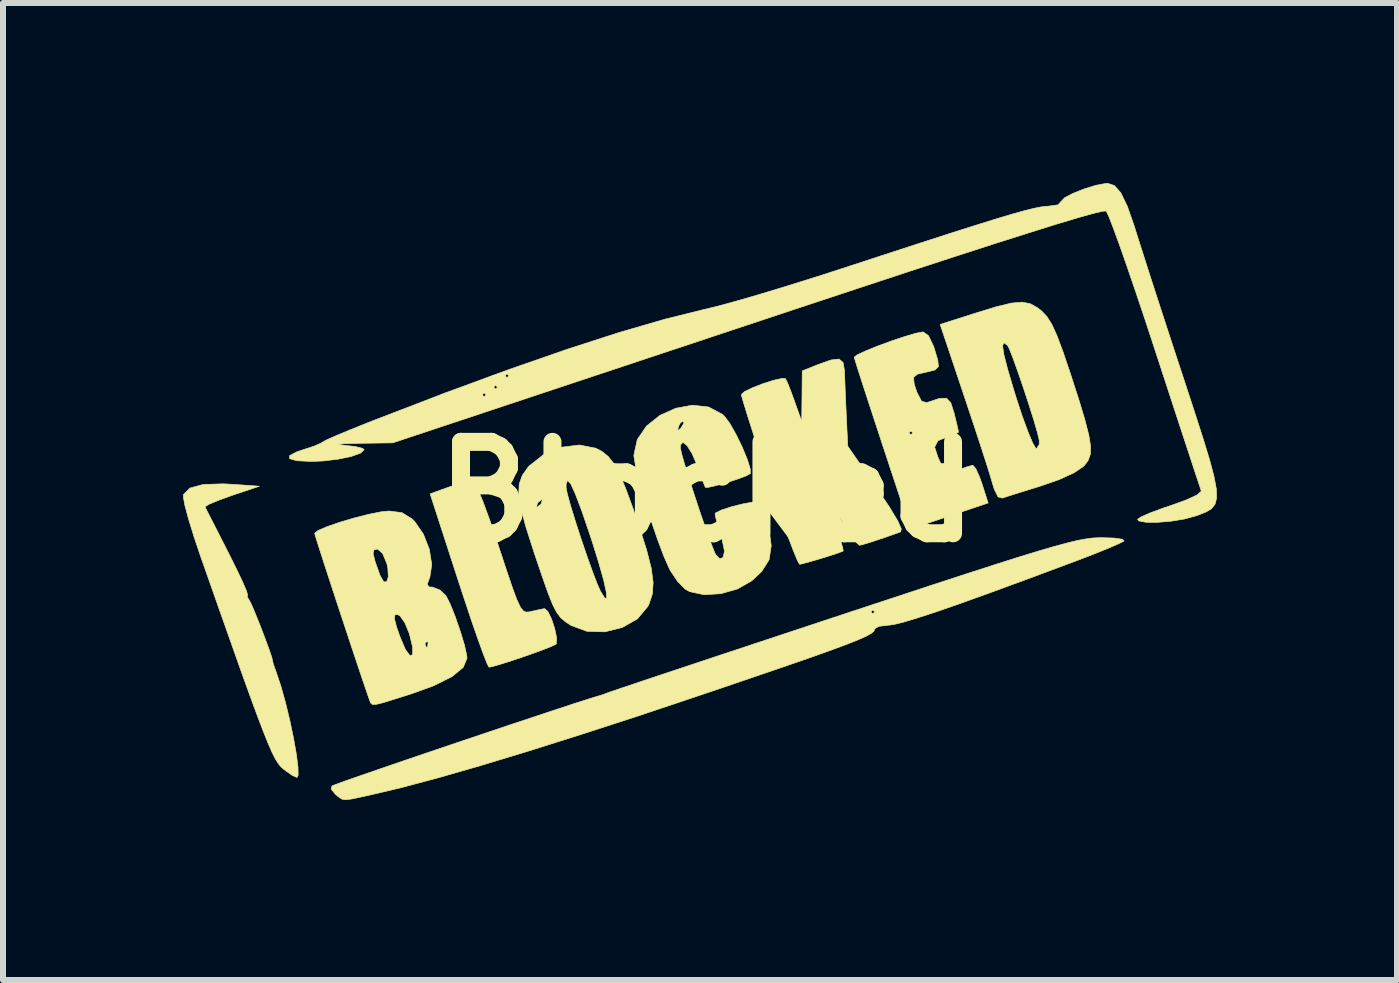
<source format=kicad_pcb>
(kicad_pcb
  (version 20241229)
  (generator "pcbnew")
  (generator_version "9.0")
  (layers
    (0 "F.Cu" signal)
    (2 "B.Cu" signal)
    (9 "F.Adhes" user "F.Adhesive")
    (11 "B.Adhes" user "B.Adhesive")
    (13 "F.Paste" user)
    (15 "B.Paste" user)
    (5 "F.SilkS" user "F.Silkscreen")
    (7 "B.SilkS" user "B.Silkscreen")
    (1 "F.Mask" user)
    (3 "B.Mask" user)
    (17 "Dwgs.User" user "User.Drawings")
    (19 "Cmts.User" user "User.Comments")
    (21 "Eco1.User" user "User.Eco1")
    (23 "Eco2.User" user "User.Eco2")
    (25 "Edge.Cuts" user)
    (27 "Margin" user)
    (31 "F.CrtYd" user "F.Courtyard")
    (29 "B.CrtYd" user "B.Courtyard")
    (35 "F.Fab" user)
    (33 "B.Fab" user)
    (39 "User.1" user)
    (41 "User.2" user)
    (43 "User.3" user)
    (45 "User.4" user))
  (footprint "Blocked"
    (layer "F.Cu")
    (at 8.734 5.149)
    (property "Reference" "Blocked" (at 0 0 0) (layer "F.SilkS") (effects (font (size 1.524 1.524) (thickness 0.3))))
    (attr through_hole)
    (fp_poly (pts (xy -3.884 -0.152) (xy -3.819 -0.04) (xy -3.734 0.161) (xy -3.624 0.462) (xy -3.485 0.873) (xy -3.469 0.921) (xy -3.34 1.312) (xy -3.243 1.597) (xy -3.17 1.794) (xy -3.113 1.916) (xy -3.064 1.981) (xy -3.016 2.003) (xy -2.961 1.999) (xy -2.933 1.992) (xy -2.787 1.96) (xy -2.707 1.944) (xy -2.652 1.993) (xy -2.59 2.121) (xy -2.537 2.284) (xy -2.506 2.436) (xy -2.512 2.531) (xy -2.517 2.538) (xy -2.596 2.576) (xy -2.76 2.64) (xy -2.976 2.718) (xy -3.207 2.797) (xy -3.418 2.865) (xy -3.574 2.91) (xy -3.634 2.921) (xy -3.665 2.863) (xy -3.729 2.701) (xy -3.819 2.451) (xy -3.931 2.129) (xy -4.056 1.753) (xy -4.147 1.476) (xy -4.615 0.032) (xy -4.323 -0.074) (xy -4.131 -0.138) (xy -3.977 -0.179) (xy -3.933 -0.186) (xy -3.884 -0.152)) (stroke (width 0.01) (type solid)) (fill yes) (layer "F.SilkS"))
    (fp_poly (pts (xy 5.389 -3.137) (xy 5.511 -3.068) (xy 5.577 -3.016) (xy 5.664 -2.925) (xy 5.746 -2.795) (xy 5.833 -2.604) (xy 5.935 -2.331) (xy 6.057 -1.97) (xy 6.199 -1.531) (xy 6.3 -1.195) (xy 6.364 -0.944) (xy 6.393 -0.76) (xy 6.389 -0.628) (xy 6.354 -0.528) (xy 6.292 -0.444) (xy 6.272 -0.424) (xy 6.119 -0.32) (xy 5.872 -0.207) (xy 5.565 -0.1) (xy 5.31 -0.021) (xy 5.095 0.046) (xy 4.954 0.092) (xy 4.925 0.103) (xy 4.851 0.083) (xy 4.787 -0.046) (xy 4.762 -0.127) (xy 4.72 -0.27) (xy 4.645 -0.509) (xy 4.544 -0.821) (xy 4.425 -1.182) (xy 4.296 -1.568) (xy 4.288 -1.592) (xy 4.004 -2.439) (xy 4.926 -2.439) (xy 4.947 -2.293) (xy 5.011 -2.043) (xy 5.118 -1.682) (xy 5.155 -1.563) (xy 5.256 -1.256) (xy 5.35 -1.001) (xy 5.427 -0.817) (xy 5.48 -0.726) (xy 5.492 -0.721) (xy 5.537 -0.793) (xy 5.537 -0.864) (xy 5.506 -0.992) (xy 5.446 -1.199) (xy 5.365 -1.454) (xy 5.275 -1.729) (xy 5.184 -1.994) (xy 5.103 -2.221) (xy 5.04 -2.381) (xy 5.01 -2.441) (xy 4.948 -2.486) (xy 4.926 -2.439) (xy 4.004 -2.439) (xy 3.885 -2.792) (xy 4.483 -2.983) (xy 4.823 -3.087) (xy 5.07 -3.147) (xy 5.25 -3.163) (xy 5.389 -3.137)) (stroke (width 0.01) (type solid)) (fill yes) (layer "F.SilkS"))
    (fp_poly (pts (xy -7.906 -0.127) (xy -7.461 -0.095) (xy -7.923 0.06) (xy -8.139 0.138) (xy -8.296 0.204) (xy -8.366 0.246) (xy -8.366 0.251) (xy -8.332 0.318) (xy -8.252 0.475) (xy -8.137 0.7) (xy -8 0.969) (xy -7.984 1) (xy -7.85 1.269) (xy -7.744 1.491) (xy -7.677 1.647) (xy -7.657 1.713) (xy -7.659 1.714) (xy -7.662 1.753) (xy -7.635 1.794) (xy -7.595 1.871) (xy -7.529 2.026) (xy -7.449 2.225) (xy -7.368 2.437) (xy -7.297 2.629) (xy -7.25 2.77) (xy -7.239 2.826) (xy -7.239 2.826) (xy -7.226 2.877) (xy -7.181 3.001) (xy -7.181 3.002) (xy -7.103 3.235) (xy -7.025 3.513) (xy -6.953 3.812) (xy -6.891 4.108) (xy -6.844 4.375) (xy -6.817 4.589) (xy -6.815 4.724) (xy -6.835 4.76) (xy -6.917 4.722) (xy -7.045 4.631) (xy -7.063 4.616) (xy -7.106 4.577) (xy -7.148 4.525) (xy -7.194 4.451) (xy -7.248 4.345) (xy -7.313 4.197) (xy -7.393 3.998) (xy -7.492 3.738) (xy -7.614 3.408) (xy -7.762 2.997) (xy -7.939 2.497) (xy -8.151 1.897) (xy -8.4 1.189) (xy -8.441 1.073) (xy -8.551 0.746) (xy -8.64 0.457) (xy -8.702 0.227) (xy -8.729 0.081) (xy -8.728 0.046) (xy -8.62 -0.064) (xy -8.4 -0.124) (xy -8.065 -0.135) (xy -7.906 -0.127)) (stroke (width 0.01) (type solid)) (fill yes) (layer "F.SilkS"))
    (fp_poly (pts (xy 3.691 -2.605) (xy 3.779 -2.422) (xy 3.847 -2.192) (xy 3.857 -2.088) (xy 3.798 -2.032) (xy 3.657 -1.997) (xy 3.505 -1.962) (xy 3.442 -1.908) (xy 3.453 -1.798) (xy 3.5 -1.657) (xy 3.576 -1.512) (xy 3.663 -1.488) (xy 3.665 -1.489) (xy 3.87 -1.558) (xy 3.992 -1.562) (xy 4.063 -1.486) (xy 4.117 -1.318) (xy 4.119 -1.31) (xy 4.162 -1.134) (xy 4.188 -1.017) (xy 4.191 -0.995) (xy 4.137 -0.961) (xy 4.017 -0.923) (xy 3.848 -0.853) (xy 3.794 -0.747) (xy 3.847 -0.583) (xy 3.849 -0.58) (xy 3.913 -0.434) (xy 3.937 -0.337) (xy 3.97 -0.298) (xy 4.084 -0.324) (xy 4.157 -0.352) (xy 4.315 -0.413) (xy 4.421 -0.443) (xy 4.431 -0.445) (xy 4.479 -0.389) (xy 4.543 -0.248) (xy 4.585 -0.13) (xy 4.685 0.184) (xy 4.037 0.401) (xy 3.389 0.618) (xy 2.925 -0.786) (xy 2.86 -0.984) (xy 3.365 -0.984) (xy 3.397 -0.953) (xy 3.429 -0.984) (xy 3.397 -1.016) (xy 3.365 -0.984) (xy 2.86 -0.984) (xy 2.793 -1.187) (xy 2.675 -1.548) (xy 2.576 -1.852) (xy 2.503 -2.08) (xy 2.461 -2.216) (xy 2.453 -2.246) (xy 2.505 -2.286) (xy 2.647 -2.352) (xy 2.847 -2.433) (xy 3.073 -2.516) (xy 3.295 -2.59) (xy 3.481 -2.645) (xy 3.598 -2.667) (xy 3.602 -2.667) (xy 3.691 -2.605)) (stroke (width 0.01) (type solid)) (fill yes) (layer "F.SilkS"))
    (fp_poly (pts (xy 2.268 -2.157) (xy 2.291 -2.02) (xy 2.292 -1.984) (xy 2.299 -1.801) (xy 2.309 -1.545) (xy 2.322 -1.269) (xy 2.322 -1.254) (xy 2.346 -0.762) (xy 2.829 -0.063) (xy 3.043 0.256) (xy 3.179 0.482) (xy 3.238 0.617) (xy 3.227 0.666) (xy 2.961 0.76) (xy 2.738 0.834) (xy 2.587 0.88) (xy 2.54 0.889) (xy 2.485 0.839) (xy 2.388 0.708) (xy 2.281 0.542) (xy 2.171 0.366) (xy 2.088 0.248) (xy 2.051 0.214) (xy 2.06 0.279) (xy 2.102 0.429) (xy 2.159 0.603) (xy 2.223 0.798) (xy 2.263 0.936) (xy 2.27 0.985) (xy 2.196 1.014) (xy 2.045 1.064) (xy 1.86 1.121) (xy 1.685 1.172) (xy 1.566 1.203) (xy 1.543 1.206) (xy 1.509 1.149) (xy 1.442 0.987) (xy 1.348 0.739) (xy 1.345 0.73) (xy 1.524 0.73) (xy 1.556 0.762) (xy 1.587 0.73) (xy 1.556 0.699) (xy 1.524 0.73) (xy 1.345 0.73) (xy 1.234 0.42) (xy 1.122 0.095) (xy 1.968 0.095) (xy 2 0.127) (xy 2.032 0.095) (xy 2 0.064) (xy 1.968 0.095) (xy 1.122 0.095) (xy 1.106 0.048) (xy 1.031 -0.176) (xy 0.899 -0.574) (xy 0.783 -0.934) (xy 0.686 -1.236) (xy 0.616 -1.463) (xy 0.577 -1.597) (xy 0.572 -1.625) (xy 0.626 -1.673) (xy 0.763 -1.739) (xy 0.94 -1.807) (xy 1.118 -1.863) (xy 1.255 -1.893) (xy 1.308 -1.888) (xy 1.342 -1.819) (xy 1.402 -1.666) (xy 1.456 -1.518) (xy 1.578 -1.175) (xy 1.583 -1.596) (xy 1.587 -2.018) (xy 1.843 -2.12) (xy 2.067 -2.2) (xy 2.201 -2.215) (xy 2.268 -2.157)) (stroke (width 0.01) (type solid)) (fill yes) (layer "F.SilkS"))
    (fp_poly (pts (xy 0.028 -1.415) (xy 0.258 -1.292) (xy 0.291 -1.261) (xy 0.381 -1.141) (xy 0.484 -0.958) (xy 0.586 -0.749) (xy 0.67 -0.546) (xy 0.72 -0.386) (xy 0.723 -0.306) (xy 0.656 -0.269) (xy 0.511 -0.215) (xy 0.329 -0.156) (xy 0.152 -0.106) (xy 0.019 -0.076) (xy -0.028 -0.076) (xy -0.055 -0.141) (xy -0.111 -0.291) (xy -0.164 -0.44) (xy -0.248 -0.637) (xy -0.332 -0.771) (xy -0.401 -0.826) (xy -0.44 -0.786) (xy -0.445 -0.737) (xy -0.425 -0.642) (xy -0.372 -0.456) (xy -0.294 -0.206) (xy -0.202 0.079) (xy -0.105 0.372) (xy -0.01 0.644) (xy 0.071 0.868) (xy 0.13 1.015) (xy 0.141 1.039) (xy 0.213 1.115) (xy 0.267 1.092) (xy 0.291 0.988) (xy 0.249 0.784) (xy 0.223 0.7) (xy 0.166 0.516) (xy 0.137 0.389) (xy 0.136 0.354) (xy 0.239 0.302) (xy 0.407 0.247) (xy 0.599 0.199) (xy 0.772 0.168) (xy 0.881 0.165) (xy 0.896 0.172) (xy 0.94 0.262) (xy 0.993 0.435) (xy 1.03 0.59) (xy 1.07 0.896) (xy 1.035 1.13) (xy 0.911 1.327) (xy 0.745 1.482) (xy 0.509 1.617) (xy 0.23 1.696) (xy -0.049 1.713) (xy -0.287 1.663) (xy -0.366 1.619) (xy -0.489 1.494) (xy -0.608 1.317) (xy -0.627 1.282) (xy -0.72 1.071) (xy -0.825 0.791) (xy -0.935 0.471) (xy -1.038 0.143) (xy -1.126 -0.165) (xy -1.19 -0.42) (xy -1.218 -0.594) (xy -1.219 -0.615) (xy -1.162 -0.874) (xy -1.059 -1.024) (xy -0.492 -1.024) (xy -0.445 -1.054) (xy -0.437 -1.063) (xy -0.386 -1.146) (xy -0.393 -1.176) (xy -0.441 -1.157) (xy -0.472 -1.098) (xy -0.492 -1.024) (xy -1.059 -1.024) (xy -1.009 -1.098) (xy -0.786 -1.276) (xy -0.521 -1.395) (xy -0.241 -1.446) (xy 0.028 -1.415)) (stroke (width 0.01) (type solid)) (fill yes) (layer "F.SilkS"))
    (fp_poly (pts (xy -1.854 -0.729) (xy -1.752 -0.676) (xy -1.648 -0.592) (xy -1.554 -0.474) (xy -1.46 -0.302) (xy -1.356 -0.058) (xy -1.233 0.276) (xy -1.134 0.568) (xy -1.007 0.967) (xy -0.929 1.274) (xy -0.898 1.511) (xy -0.911 1.701) (xy -0.966 1.867) (xy -0.986 1.908) (xy -1.159 2.115) (xy -1.411 2.259) (xy -1.704 2.332) (xy -2.002 2.323) (xy -2.266 2.226) (xy -2.361 2.164) (xy -2.438 2.098) (xy -2.505 2.009) (xy -2.573 1.878) (xy -2.65 1.685) (xy -2.746 1.412) (xy -2.872 1.04) (xy -2.89 0.987) (xy -3.019 0.583) (xy -3.102 0.276) (xy -3.106 0.25) (xy -2.842 0.25) (xy -2.833 0.254) (xy -2.775 0.209) (xy -2.762 0.191) (xy -2.746 0.131) (xy -2.755 0.127) (xy -2.813 0.172) (xy -2.826 0.191) (xy -2.842 0.25) (xy -3.106 0.25) (xy -3.13 0.095) (xy -2.667 0.095) (xy -2.635 0.127) (xy -2.603 0.095) (xy -2.635 0.064) (xy -2.667 0.095) (xy -3.13 0.095) (xy -3.138 0.044) (xy -3.135 -0.032) (xy -2.54 -0.032) (xy -2.508 0) (xy -2.477 -0.032) (xy -2.508 -0.064) (xy -2.54 -0.032) (xy -3.135 -0.032) (xy -3.133 -0.076) (xy -2.349 -0.076) (xy -2.329 0.03) (xy -2.275 0.226) (xy -2.196 0.483) (xy -2.102 0.772) (xy -2.003 1.064) (xy -1.908 1.329) (xy -1.828 1.539) (xy -1.775 1.656) (xy -1.704 1.77) (xy -1.672 1.772) (xy -1.679 1.67) (xy -1.722 1.474) (xy -1.801 1.192) (xy -1.913 0.832) (xy -1.946 0.731) (xy -2.085 0.323) (xy -2.194 0.035) (xy -2.272 -0.135) (xy -2.323 -0.192) (xy -2.347 -0.136) (xy -2.349 -0.076) (xy -3.133 -0.076) (xy -3.13 -0.134) (xy -3.078 -0.278) (xy -2.984 -0.41) (xy -2.962 -0.435) (xy -2.718 -0.627) (xy -2.428 -0.745) (xy -2.128 -0.782) (xy -1.854 -0.729)) (stroke (width 0.01) (type solid)) (fill yes) (layer "F.SilkS"))
    (fp_poly (pts (xy -5.083 0.346) (xy -4.917 0.449) (xy -4.873 0.492) (xy -4.727 0.703) (xy -4.628 0.958) (xy -4.588 1.212) (xy -4.619 1.419) (xy -4.622 1.425) (xy -4.664 1.541) (xy -4.633 1.583) (xy -4.574 1.587) (xy -4.449 1.636) (xy -4.351 1.73) (xy -4.282 1.865) (xy -4.198 2.075) (xy -4.114 2.317) (xy -4.044 2.548) (xy -4.005 2.724) (xy -4 2.772) (xy -4.063 2.924) (xy -4.25 3.078) (xy -4.557 3.231) (xy -4.913 3.36) (xy -5.206 3.453) (xy -5.399 3.513) (xy -5.515 3.541) (xy -5.576 3.543) (xy -5.604 3.521) (xy -5.621 3.48) (xy -5.622 3.477) (xy -5.665 3.355) (xy -5.737 3.144) (xy -5.83 2.866) (xy -5.939 2.54) (xy -6.055 2.188) (xy -6.082 2.107) (xy -5.211 2.107) (xy -5.177 2.241) (xy -5.12 2.408) (xy -5.026 2.628) (xy -4.951 2.729) (xy -4.907 2.714) (xy -4.907 2.587) (xy -4.918 2.54) (xy -4.699 2.54) (xy -4.676 2.592) (xy -4.657 2.582) (xy -4.649 2.507) (xy -4.657 2.498) (xy -4.694 2.506) (xy -4.699 2.54) (xy -4.918 2.54) (xy -4.96 2.367) (xy -5.035 2.183) (xy -5.117 2.066) (xy -5.154 2.045) (xy -5.203 2.05) (xy -5.211 2.107) (xy -6.082 2.107) (xy -6.173 1.831) (xy -6.285 1.489) (xy -6.385 1.183) (xy -6.434 1.03) (xy -5.565 1.03) (xy -5.532 1.161) (xy -5.452 1.386) (xy -5.45 1.391) (xy -5.389 1.498) (xy -5.34 1.499) (xy -5.312 1.416) (xy -5.32 1.27) (xy -5.338 1.189) (xy -5.407 1.026) (xy -5.489 0.954) (xy -5.5 0.953) (xy -5.553 0.968) (xy -5.565 1.03) (xy -6.434 1.03) (xy -6.465 0.934) (xy -6.519 0.763) (xy -6.54 0.69) (xy -6.54 0.69) (xy -6.484 0.643) (xy -6.334 0.579) (xy -6.123 0.506) (xy -5.881 0.434) (xy -5.64 0.373) (xy -5.431 0.331) (xy -5.298 0.318) (xy -5.083 0.346)) (stroke (width 0.01) (type solid)) (fill yes) (layer "F.SilkS"))
    (fp_poly (pts (xy 6.791 0.769) (xy 6.924 0.789) (xy 6.951 0.818) (xy 6.95 0.818) (xy 6.871 0.859) (xy 6.697 0.935) (xy 6.449 1.035) (xy 6.151 1.15) (xy 6.032 1.194) (xy 5.323 1.458) (xy 4.723 1.678) (xy 4.226 1.857) (xy 3.824 1.997) (xy 3.508 2.1) (xy 3.272 2.171) (xy 3.106 2.211) (xy 3.009 2.223) (xy 2.865 2.24) (xy 2.795 2.281) (xy 2.794 2.288) (xy 2.782 2.319) (xy 2.741 2.355) (xy 2.661 2.401) (xy 2.532 2.459) (xy 2.344 2.534) (xy 2.089 2.629) (xy 1.756 2.748) (xy 1.335 2.894) (xy 0.818 3.071) (xy 0.194 3.284) (xy -0.13 3.393) (xy -1.154 3.736) (xy -2.11 4.046) (xy -2.988 4.323) (xy -3.78 4.563) (xy -4.478 4.764) (xy -5.074 4.923) (xy -5.476 5.019) (xy -5.745 5.08) (xy -5.917 5.117) (xy -6.02 5.13) (xy -6.081 5.122) (xy -6.128 5.093) (xy -6.188 5.046) (xy -6.264 4.954) (xy -6.251 4.9) (xy -6.184 4.873) (xy -6.013 4.811) (xy -5.754 4.721) (xy -5.424 4.607) (xy -5.039 4.475) (xy -4.616 4.331) (xy -4.17 4.18) (xy -3.718 4.028) (xy -3.278 3.88) (xy -2.864 3.743) (xy -2.494 3.62) (xy -2.184 3.518) (xy -1.95 3.443) (xy -1.809 3.4) (xy -1.778 3.392) (xy -1.698 3.365) (xy -1.651 3.346) (xy -1.575 3.32) (xy -1.39 3.257) (xy -1.104 3.161) (xy -0.73 3.036) (xy -0.276 2.885) (xy 0.246 2.711) (xy 0.825 2.519) (xy 1.453 2.311) (xy 2.117 2.091) (xy 2.29 2.034) (xy 2.392 2) (xy 2.731 2) (xy 2.762 2.032) (xy 2.794 2) (xy 2.762 1.968) (xy 2.731 2) (xy 2.392 2) (xy 3.074 1.775) (xy 3.747 1.553) (xy 4.32 1.366) (xy 4.801 1.211) (xy 5.2 1.084) (xy 5.528 0.984) (xy 5.794 0.906) (xy 6.007 0.849) (xy 6.177 0.808) (xy 6.314 0.783) (xy 6.428 0.768) (xy 6.528 0.763) (xy 6.573 0.762) (xy 6.791 0.769)) (stroke (width 0.01) (type solid)) (fill yes) (layer "F.SilkS"))
    (fp_poly (pts (xy 6.792 -5.105) (xy 6.898 -4.983) (xy 7.005 -4.762) (xy 7.121 -4.43) (xy 7.136 -4.381) (xy 7.198 -4.184) (xy 7.293 -3.887) (xy 7.414 -3.509) (xy 7.556 -3.071) (xy 7.712 -2.593) (xy 7.875 -2.096) (xy 7.934 -1.917) (xy 8.119 -1.353) (xy 8.266 -0.897) (xy 8.376 -0.536) (xy 8.45 -0.258) (xy 8.489 -0.05) (xy 8.494 0.1) (xy 8.467 0.205) (xy 8.409 0.279) (xy 8.32 0.333) (xy 8.202 0.38) (xy 8.139 0.402) (xy 7.949 0.453) (xy 7.727 0.489) (xy 7.505 0.507) (xy 7.318 0.506) (xy 7.199 0.484) (xy 7.176 0.458) (xy 7.232 0.417) (xy 7.382 0.351) (xy 7.6 0.27) (xy 7.72 0.23) (xy 7.989 0.133) (xy 8.166 0.051) (xy 8.236 -0.011) (xy 8.236 -0.021) (xy 8.211 -0.097) (xy 8.15 -0.279) (xy 8.06 -0.554) (xy 7.943 -0.909) (xy 7.805 -1.33) (xy 7.651 -1.802) (xy 7.484 -2.312) (xy 7.469 -2.358) (xy 7.301 -2.87) (xy 7.141 -3.346) (xy 6.996 -3.77) (xy 6.87 -4.129) (xy 6.767 -4.41) (xy 6.694 -4.598) (xy 6.653 -4.681) (xy 6.652 -4.682) (xy 6.59 -4.678) (xy 6.435 -4.641) (xy 6.182 -4.57) (xy 5.831 -4.465) (xy 5.378 -4.323) (xy 4.819 -4.146) (xy 4.154 -3.931) (xy 3.378 -3.678) (xy 2.49 -3.385) (xy 1.486 -3.053) (xy 0.667 -2.781) (xy -5.239 -0.818) (xy -5.81 -0.81) (xy -6.036 -0.804) (xy -6.146 -0.796) (xy -6.136 -0.787) (xy -6.048 -0.778) (xy -5.862 -0.757) (xy -5.741 -0.726) (xy -5.715 -0.705) (xy -5.773 -0.648) (xy -5.927 -0.592) (xy -6.146 -0.546) (xy -6.398 -0.516) (xy -6.595 -0.508) (xy -6.836 -0.52) (xy -6.957 -0.554) (xy -6.958 -0.605) (xy -6.836 -0.669) (xy -6.715 -0.709) (xy -6.544 -0.765) (xy -6.432 -0.815) (xy -6.413 -0.828) (xy -6.346 -0.865) (xy -6.182 -0.938) (xy -5.944 -1.037) (xy -5.655 -1.153) (xy -5.556 -1.192) (xy -4.444 -1.619) (xy -3.747 -1.619) (xy -3.715 -1.587) (xy -3.683 -1.619) (xy -3.715 -1.651) (xy -3.747 -1.619) (xy -4.444 -1.619) (xy -4.374 -1.647) (xy -4.102 -1.746) (xy -3.556 -1.746) (xy -3.524 -1.714) (xy -3.493 -1.746) (xy -3.524 -1.778) (xy -3.556 -1.746) (xy -4.102 -1.746) (xy -3.584 -1.937) (xy -3.365 -1.937) (xy -3.334 -1.905) (xy -3.302 -1.937) (xy -3.334 -1.968) (xy -3.365 -1.937) (xy -3.584 -1.937) (xy -3.294 -2.043) (xy -2.321 -2.381) (xy -1.454 -2.661) (xy -0.695 -2.881) (xy -0.047 -3.042) (xy -0.018 -3.048) (xy 0.212 -3.105) (xy 0.539 -3.195) (xy 0.937 -3.311) (xy 1.382 -3.447) (xy 1.851 -3.594) (xy 2.217 -3.712) (xy 2.939 -3.948) (xy 3.55 -4.147) (xy 4.06 -4.312) (xy 4.48 -4.445) (xy 4.82 -4.551) (xy 5.088 -4.631) (xy 5.296 -4.689) (xy 5.453 -4.728) (xy 5.57 -4.751) (xy 5.655 -4.761) (xy 5.689 -4.763) (xy 5.85 -4.785) (xy 5.905 -4.846) (xy 5.961 -4.904) (xy 6.101 -4.977) (xy 6.288 -5.051) (xy 6.482 -5.111) (xy 6.647 -5.142) (xy 6.679 -5.144) (xy 6.792 -5.105)) (stroke (width 0.01) (type solid)) (fill yes) (layer "F.SilkS")))
  (gr_rect
    (start -3 -3)
    (end 20.234 13.284)
    (stroke (width 0.1) (type default))
    (fill no)
    (layer "Edge.Cuts")))
</source>
